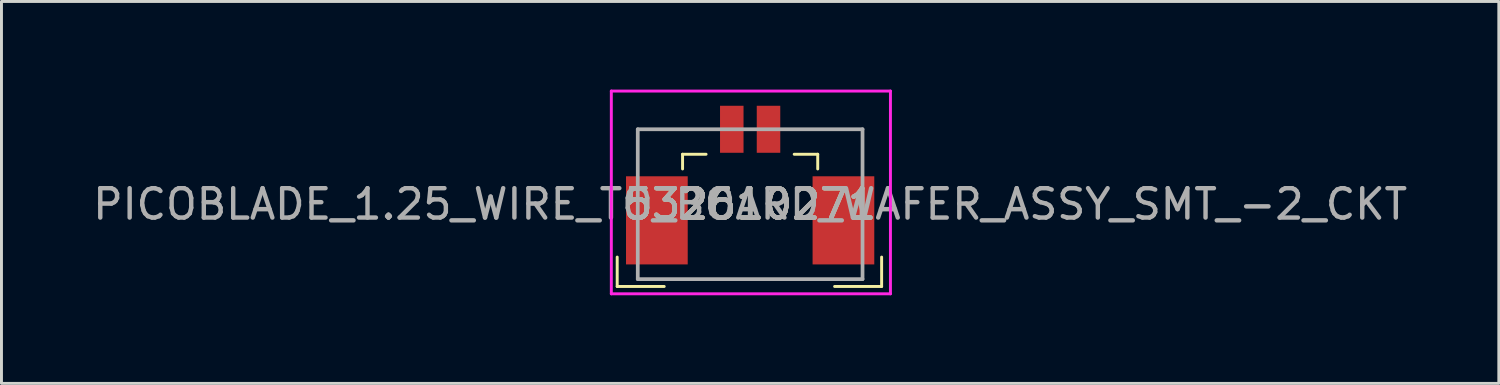
<source format=kicad_pcb>
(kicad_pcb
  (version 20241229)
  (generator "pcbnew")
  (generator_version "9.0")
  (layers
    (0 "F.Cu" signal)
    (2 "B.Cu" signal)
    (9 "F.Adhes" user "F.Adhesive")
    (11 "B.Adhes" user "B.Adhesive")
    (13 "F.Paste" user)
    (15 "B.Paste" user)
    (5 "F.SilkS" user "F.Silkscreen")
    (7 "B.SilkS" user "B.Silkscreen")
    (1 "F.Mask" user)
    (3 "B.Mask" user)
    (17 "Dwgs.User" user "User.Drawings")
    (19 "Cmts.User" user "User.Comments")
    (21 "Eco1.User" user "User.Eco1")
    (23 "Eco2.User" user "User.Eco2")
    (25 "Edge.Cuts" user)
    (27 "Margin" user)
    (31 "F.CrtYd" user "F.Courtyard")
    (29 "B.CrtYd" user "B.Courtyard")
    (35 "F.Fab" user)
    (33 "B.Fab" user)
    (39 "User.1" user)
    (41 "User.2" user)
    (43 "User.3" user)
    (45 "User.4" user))
  (footprint "532610271"
    (layer "F.Cu")
    (at 22.482 3.9)
    (property "Reference" "532610271" (at 0 0 0) (unlocked yes) (layer "F.SilkS") (effects (font (size 1 1) (thickness 0.15))))
    (attr smd)
    (fp_line (start -4.525 2.8) (end -4.525 1.8) (stroke (width 0.1) (type default)) (layer "F.SilkS"))
    (fp_line (start -2.925 2.8) (end -4.525 2.8) (stroke (width 0.1) (type default)) (layer "F.SilkS"))
    (fp_line (start -2.3 -1.7) (end -2.3 -1.2) (stroke (width 0.1) (type default)) (layer "F.SilkS"))
    (fp_line (start -2.3 -1.7) (end -1.5 -1.7) (stroke (width 0.1) (type default)) (layer "F.SilkS"))
    (fp_line (start 1.5 -1.7) (end 2.3 -1.7) (stroke (width 0.1) (type default)) (layer "F.SilkS"))
    (fp_line (start 2.3 -1.7) (end 2.3 -1.2) (stroke (width 0.1) (type default)) (layer "F.SilkS"))
    (fp_line (start 4.475 2.8) (end 2.875 2.8) (stroke (width 0.1) (type default)) (layer "F.SilkS"))
    (fp_line (start 4.475 2.8) (end 4.475 1.8) (stroke (width 0.1) (type default)) (layer "F.SilkS"))
    (fp_line (start -4.725 -3.85) (end -4.725 3.05) (stroke (width 0.1) (type solid)) (layer "F.CrtYd"))
    (fp_line (start -4.725 3.05) (end 4.775 3.05) (stroke (width 0.1) (type solid)) (layer "F.CrtYd"))
    (fp_line (start 4.775 -3.85) (end -4.725 -3.85) (stroke (width 0.1) (type solid)) (layer "F.CrtYd"))
    (fp_line (start 4.775 3.05) (end 4.775 -3.85) (stroke (width 0.1) (type solid)) (layer "F.CrtYd"))
    (fp_line (start -3.825 -2.55) (end -3.825 2.55) (stroke (width 0.127) (type solid)) (layer "F.Fab"))
    (fp_line (start -3.825 2.55) (end 3.825 2.55) (stroke (width 0.127) (type solid)) (layer "F.Fab"))
    (fp_line (start 3.825 -2.55) (end -3.825 -2.55) (stroke (width 0.127) (type solid)) (layer "F.Fab"))
    (fp_line (start 3.825 2.55) (end 3.825 -2.55) (stroke (width 0.127) (type solid)) (layer "F.Fab"))
    (fp_text user "${REFERENCE}" (at 0 0 0) (unlocked yes) (layer "F.Fab") (effects (font (size 1 1) (thickness 0.15))))
    (fp_text user "PICOBLADE_1.25_WIRE_TO_BOARD_WAFER_ASSY_SMT_-2_CKT" (at 0 0 0) (unlocked yes) (layer "F.Fab") (effects (font (size 1 1) (thickness 0.15))))
    (fp_text user "532610271" (at 0 0 0) (unlocked yes) (layer "F.Fab") (effects (font (size 1 1) (thickness 0.15))))
    (pad "1" smd rect (at -0.625 -2.55) (size 0.8 1.6) (layers "F.Cu" "F.Mask" "F.Paste"))
    (pad "2" smd rect (at 0.625 -2.55) (size 0.8 1.6) (layers "F.Cu" "F.Mask" "F.Paste"))
    (pad "3" smd rect (at -3.175 0.55) (size 2.1 3) (layers "F.Cu" "F.Mask" "F.Paste"))
    (pad "4" smd rect (at 3.175 0.55) (size 2.1 3) (layers "F.Cu" "F.Mask" "F.Paste")))
  (gr_rect
    (start -3 -3)
    (end 47.964 10)
    (stroke (width 0.1) (type default))
    (fill no)
    (layer "Edge.Cuts")))
</source>
